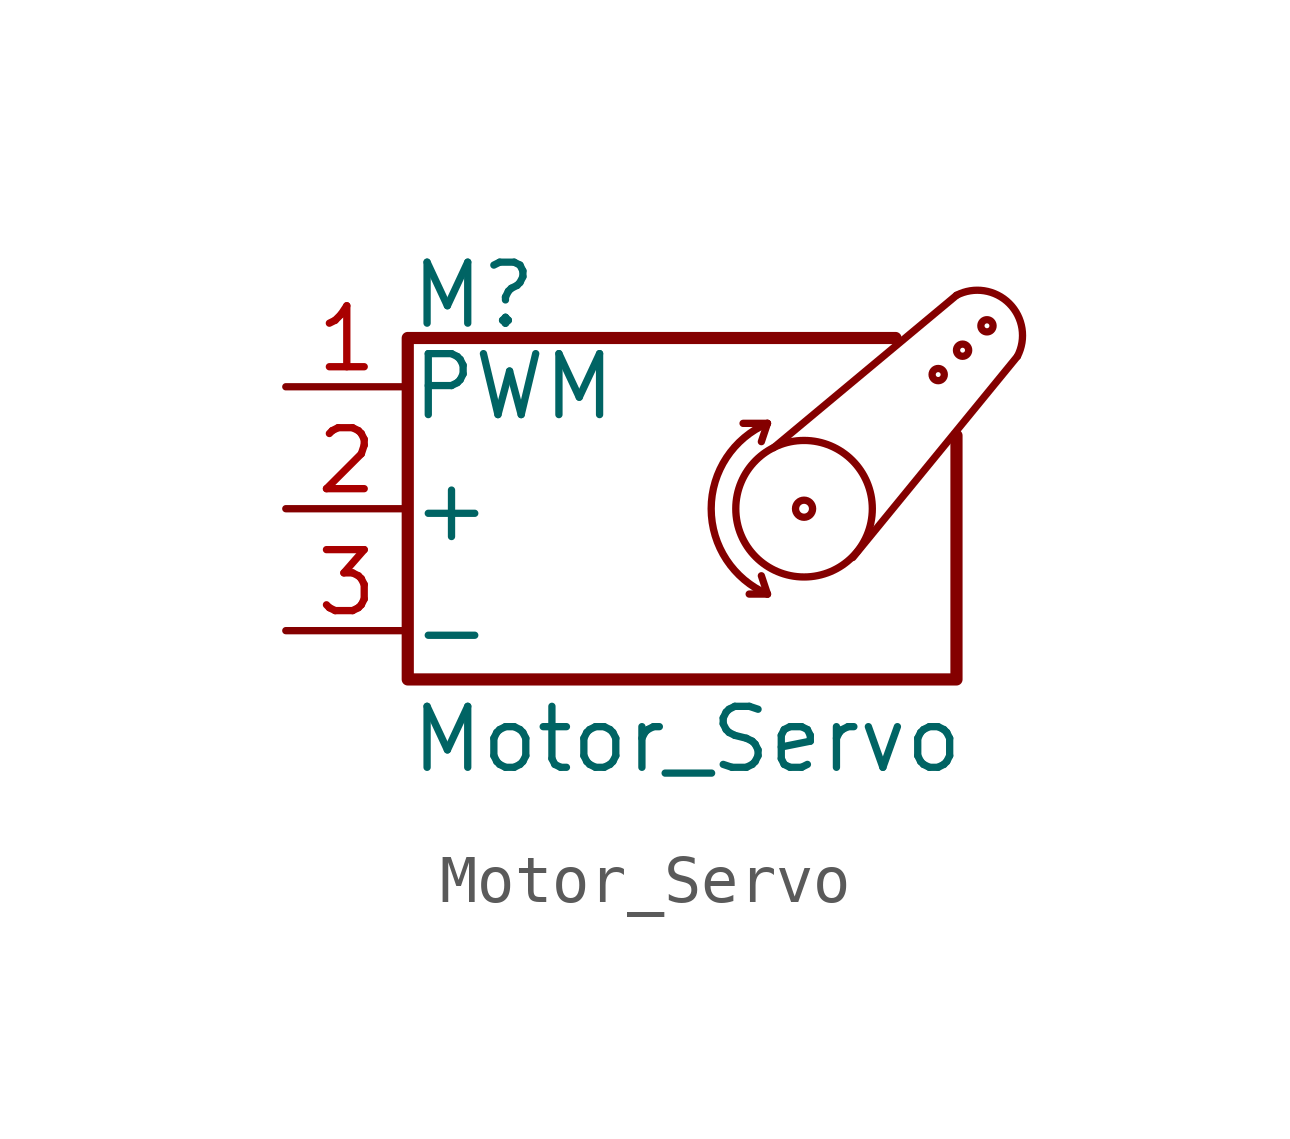
<source format=kicad_sym>
(kicad_symbol_lib
  (version 20201005)
  (generator kicad_symbol_editor)
  (symbol "Motor:Motor_Servo"
    (pin_names
      (offset 0.025))
    (property "Reference" "M"
      (at -5.08 4.445 0)
      (effects (font (size 1.27 1.27)) (justify left)))
    (property "Value" "Motor_Servo"
      (at -5.08 -4.064 0)
      (effects (font (size 1.27 1.27)) (justify left top)))
    (symbol "Motor_Servo_0_1"
      (arc (start 2.413 1.778) (end 2.413 -1.778) (radius (at 3.175 0) (length 1.9304) (angles 113.2 -113.2)) (stroke (width 0)) (fill (type none)))
      (arc (start 6.35 4.445) (end 7.62 3.175) (radius (at 6.7818 3.6068) (length 0.9398) (angles 117.3 -27.3)) (stroke (width 0)) (fill (type none)))
      (circle (center 3.175 0) (radius 0.178) (stroke (width 0)) (fill (type none)))
      (circle (center 3.175 0) (radius 1.422) (stroke (width 0)) (fill (type none)))
      (circle (center 5.969 2.794) (radius 0.127) (stroke (width 0)) (fill (type none)))
      (circle (center 6.477 3.302) (radius 0.127) (stroke (width 0)) (fill (type none)))
      (circle (center 6.985 3.81) (radius 0.127) (stroke (width 0)) (fill (type none)))
      (polyline (pts (xy 2.413 -1.778) (xy 2.032 -1.778)) (stroke (width 0)) (fill (type none)))
      (polyline (pts (xy 2.413 -1.778) (xy 2.286 -1.397)) (stroke (width 0)) (fill (type none)))
      (polyline (pts (xy 2.413 1.778) (xy 1.905 1.778)) (stroke (width 0)) (fill (type none)))
      (polyline (pts (xy 2.413 1.778) (xy 2.286 1.397)) (stroke (width 0)) (fill (type none)))
      (polyline (pts (xy 6.35 4.445) (xy 2.54 1.27)) (stroke (width 0)) (fill (type none)))
      (polyline (pts (xy 7.62 3.175) (xy 4.191 -1.016)) (stroke (width 0)) (fill (type none)))
      (polyline (pts (xy 5.08 3.556) (xy -5.08 3.556) (xy -5.08 -3.556) (xy 6.35 -3.556) (xy 6.35 1.524)) (stroke (width 0.254)) (fill (type none))))
    (symbol "Motor_Servo_1_1"
      (pin passive line (at -7.62 2.54 0) (length 2.54) (name "PWM" (effects (font (size 1.27 1.27)))) (number "1" (effects (font (size 1.27 1.27)))))
      (pin passive line (at -7.62 0 0) (length 2.54) (name "+" (effects (font (size 1.27 1.27)))) (number "2" (effects (font (size 1.27 1.27)))))
      (pin passive line (at -7.62 -2.54 0) (length 2.54) (name "-" (effects (font (size 1.27 1.27)))) (number "3" (effects (font (size 1.27 1.27))))))))
</source>
